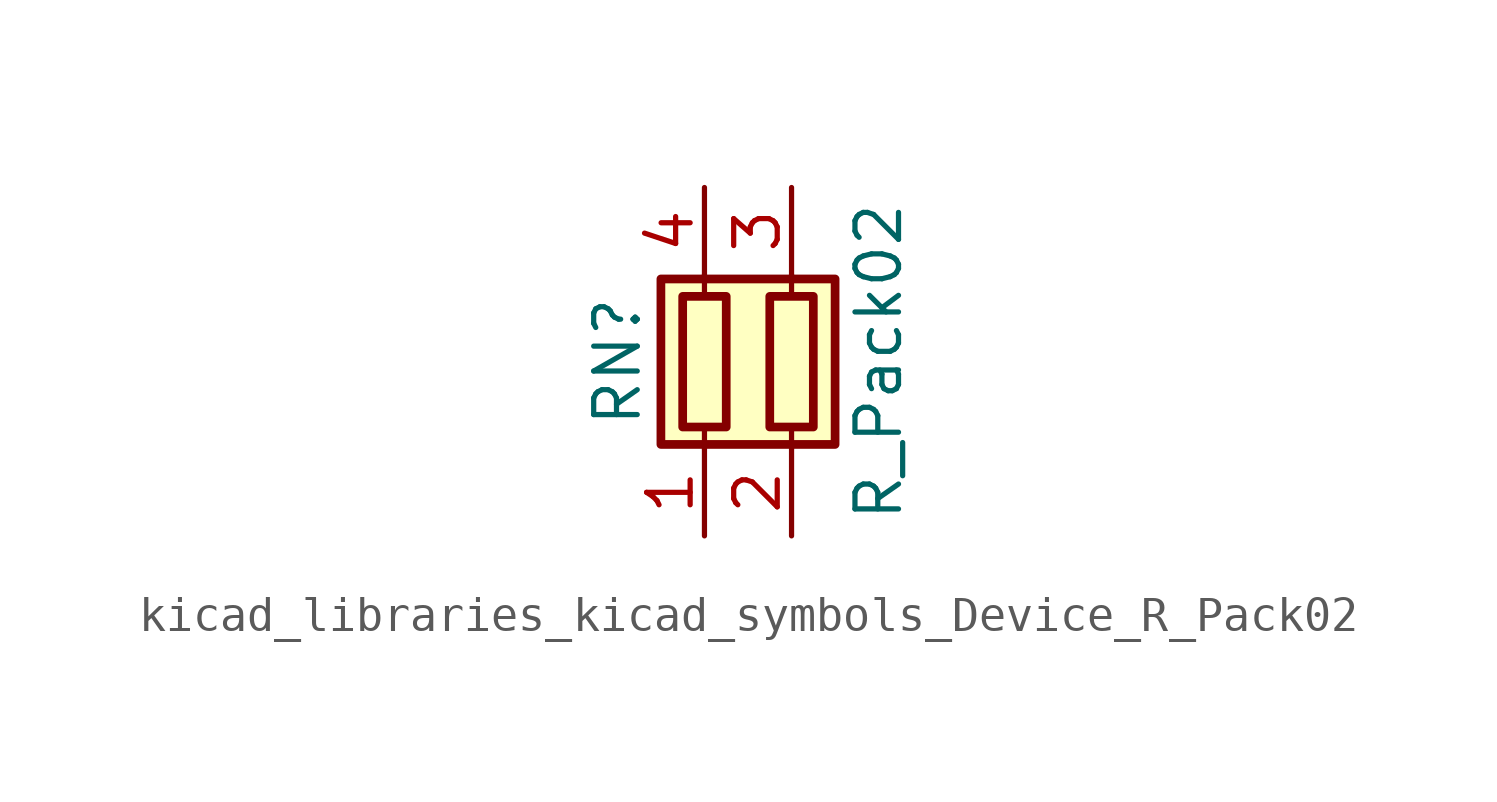
<source format=kicad_sym>
(kicad_symbol_lib
  (version 20220914)
  (generator kicad_symbol_editor)
  (symbol "kicad_libraries_kicad_symbols_Device_R_Pack02"
    (pin_names
      (offset 0) hide)
    (property "Reference" "RN"
      (at -5.08 0 90)
      (effects (font (size 1.27 1.27))))
    (property "Value" "R_Pack02"
      (at 2.54 0 90)
      (effects (font (size 1.27 1.27))))
    (symbol "kicad_libraries_kicad_symbols_Device_R_Pack02_0_1"
      (rectangle (start -3.81 -2.413) (end 1.27 2.413) (stroke (width 0.254) (type default)) (fill (type background)))
      (rectangle (start -3.175 1.905) (end -1.905 -1.905) (stroke (width 0.254) (type default)) (fill (type none)))
      (rectangle (start -0.635 1.905) (end 0.635 -1.905) (stroke (width 0.254) (type default)) (fill (type none)))
      (polyline (pts (xy -2.54 -2.54) (xy -2.54 -1.905)) (stroke (width 0) (type default)) (fill (type none)))
      (polyline (pts (xy -2.54 1.905) (xy -2.54 2.54)) (stroke (width 0) (type default)) (fill (type none)))
      (polyline (pts (xy 0 -2.54) (xy 0 -1.905)) (stroke (width 0) (type default)) (fill (type none)))
      (polyline (pts (xy 0 1.905) (xy 0 2.54)) (stroke (width 0) (type default)) (fill (type none))))
    (symbol "kicad_libraries_kicad_symbols_Device_R_Pack02_1_1"
      (pin passive line (at -2.54 -5.08 90) (length 2.54) (name "R1.1" (effects (font (size 1.27 1.27)))) (number "1" (effects (font (size 1.27 1.27)))))
      (pin passive line (at 0 -5.08 90) (length 2.54) (name "R2.1" (effects (font (size 1.27 1.27)))) (number "2" (effects (font (size 1.27 1.27)))))
      (pin passive line (at 0 5.08 270) (length 2.54) (name "R2.2" (effects (font (size 1.27 1.27)))) (number "3" (effects (font (size 1.27 1.27)))))
      (pin passive line (at -2.54 5.08 270) (length 2.54) (name "R1.2" (effects (font (size 1.27 1.27)))) (number "4" (effects (font (size 1.27 1.27))))))))
</source>
